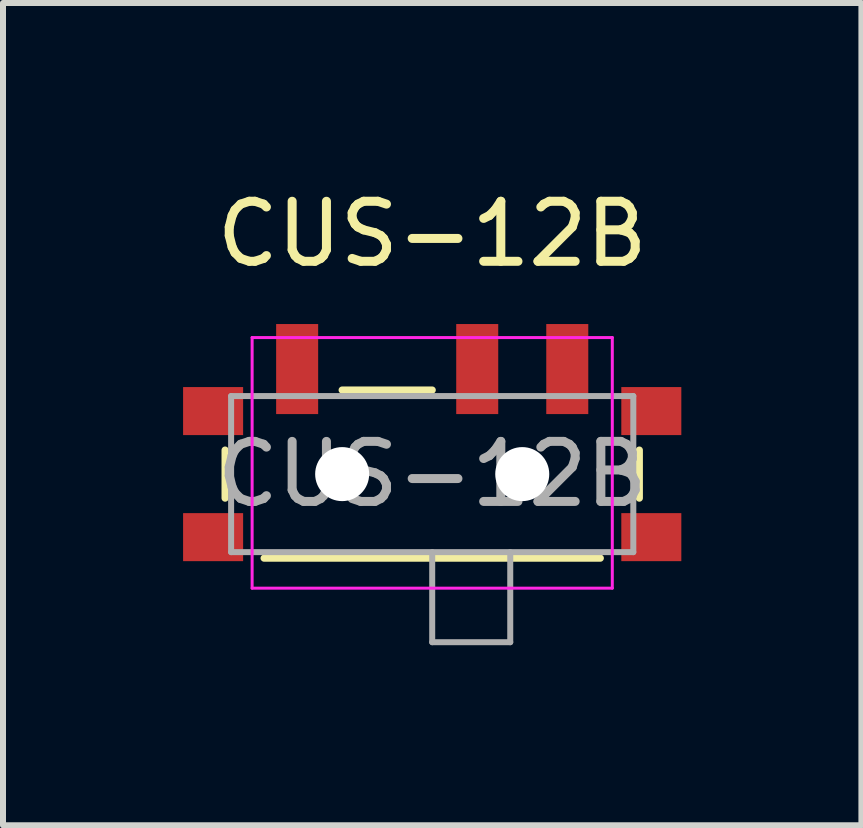
<source format=kicad_pcb>
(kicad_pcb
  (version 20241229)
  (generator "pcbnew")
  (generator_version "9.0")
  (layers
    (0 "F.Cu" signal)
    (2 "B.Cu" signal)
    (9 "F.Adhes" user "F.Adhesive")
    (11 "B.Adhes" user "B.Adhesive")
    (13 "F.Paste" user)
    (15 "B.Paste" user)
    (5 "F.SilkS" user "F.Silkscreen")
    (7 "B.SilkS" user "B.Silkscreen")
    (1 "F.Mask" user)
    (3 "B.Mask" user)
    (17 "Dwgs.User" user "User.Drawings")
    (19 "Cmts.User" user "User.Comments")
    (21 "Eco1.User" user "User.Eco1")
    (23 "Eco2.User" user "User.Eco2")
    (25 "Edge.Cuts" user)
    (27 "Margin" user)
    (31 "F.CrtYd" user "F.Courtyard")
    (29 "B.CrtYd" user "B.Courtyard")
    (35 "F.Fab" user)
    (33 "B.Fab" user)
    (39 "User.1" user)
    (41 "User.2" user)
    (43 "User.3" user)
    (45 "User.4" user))
  (footprint "CUS-12B"
    (layer "F.Cu")
    (at 4.15 4.848)
    (property "Reference" "CUS-12B" (at 0 -4 0) (layer "F.SilkS") (effects (font (size 1 1) (thickness 0.15))))
    (attr smd)
    (fp_line (start -3.45 0.4) (end -3.45 -0.4) (stroke (width 0.12) (type solid)) (layer "F.SilkS"))
    (fp_line (start -2.8 1.4) (end 2.8 1.4) (stroke (width 0.12) (type solid)) (layer "F.SilkS"))
    (fp_line (start -1.5 -1.4) (end 0 -1.4) (stroke (width 0.12) (type solid)) (layer "F.SilkS"))
    (fp_line (start 3.45 0.4) (end 3.45 -0.4) (stroke (width 0.12) (type solid)) (layer "F.SilkS"))
    (fp_line (start -3 -2.275) (end -3 1.9) (stroke (width 0.05) (type solid)) (layer "F.CrtYd"))
    (fp_line (start -3 -2.275) (end 3 -2.275) (stroke (width 0.05) (type solid)) (layer "F.CrtYd"))
    (fp_line (start -3 1.9) (end 3 1.9) (stroke (width 0.05) (type solid)) (layer "F.CrtYd"))
    (fp_line (start 3 -2.275) (end 3 1.9) (stroke (width 0.05) (type solid)) (layer "F.CrtYd"))
    (fp_line (start -3.35 -1.3) (end -3.35 1.3) (stroke (width 0.1) (type solid)) (layer "F.Fab"))
    (fp_line (start -3.35 -1.3) (end 3.35 -1.3) (stroke (width 0.1) (type solid)) (layer "F.Fab"))
    (fp_line (start -3.35 1.3) (end 3.35 1.3) (stroke (width 0.1) (type solid)) (layer "F.Fab"))
    (fp_line (start 0 1.3) (end 0 2.8) (stroke (width 0.1) (type solid)) (layer "F.Fab"))
    (fp_line (start 0 2.8) (end 1.3 2.8) (stroke (width 0.1) (type solid)) (layer "F.Fab"))
    (fp_line (start 1.3 1.3) (end 1.3 2.8) (stroke (width 0.1) (type solid)) (layer "F.Fab"))
    (fp_line (start 3.35 -1.3) (end 3.35 1.3) (stroke (width 0.1) (type solid)) (layer "F.Fab"))
    (fp_text user "${REFERENCE}" (at 0 0 0) (layer "F.Fab") (effects (font (size 1 1) (thickness 0.15))))
    (pad "" np_thru_hole circle (at -1.5 0) (size 0.9 0.9) (drill 0.9) (layers "*.Cu" "*.Mask"))
    (pad "" np_thru_hole circle (at 1.5 0) (size 0.9 0.9) (drill 0.9) (layers "*.Cu" "*.Mask"))
    (pad "1" smd rect (at -2.25 -1.75) (size 0.7 1.5) (layers "F.Cu" "F.Mask" "F.Paste"))
    (pad "2" smd rect (at 0.75 -1.75) (size 0.7 1.5) (layers "F.Cu" "F.Mask" "F.Paste"))
    (pad "3" smd rect (at 2.25 -1.75) (size 0.7 1.5) (layers "F.Cu" "F.Mask" "F.Paste"))
    (pad "S" smd rect (at -3.65 -1.05) (size 1 0.8) (layers "F.Cu" "F.Mask" "F.Paste"))
    (pad "S" smd rect (at -3.65 1.05) (size 1 0.8) (layers "F.Cu" "F.Mask" "F.Paste"))
    (pad "S" smd rect (at 3.65 -1.05) (size 1 0.8) (layers "F.Cu" "F.Mask" "F.Paste"))
    (pad "S" smd rect (at 3.65 1.05) (size 1 0.8) (layers "F.Cu" "F.Mask" "F.Paste")))
  (gr_rect
    (start -3 -3)
    (end 11.3 10.698)
    (stroke (width 0.1) (type default))
    (fill no)
    (layer "Edge.Cuts")))
</source>
